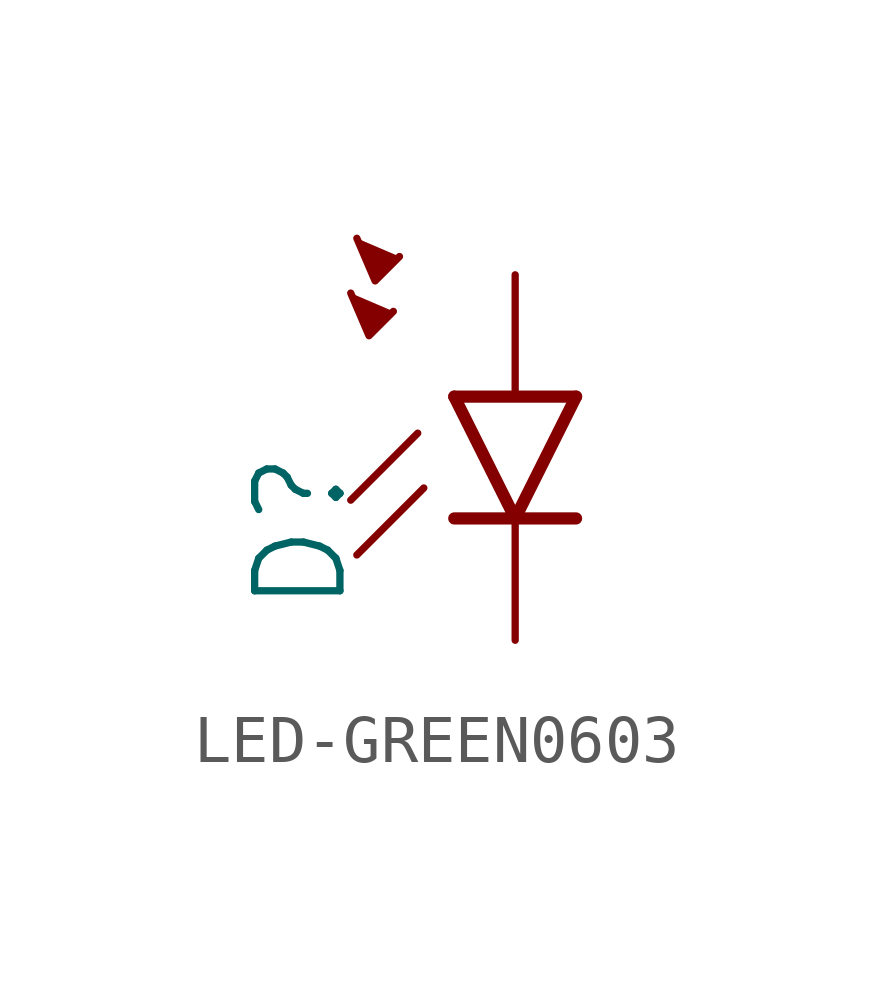
<source format=kicad_sym>
(kicad_symbol_lib
  (version 20241209)
  (generator "kicad_symbol_editor")
  (generator_version "9.0")
  (symbol "LED-GREEN0603"
    (property "Reference" "D"
      (at -3.429 -4.572 90)
      (effects (font (size 1.778 1.778)) (justify left bottom)))
    (property "Value" ""
      (at 1.905 -4.572 90)
      (effects (font (size 1.778 1.778)) (justify left top)))
    (property "ki_locked" ""
      (at 0 0 0)
      (effects (font (size 1.27 1.27))))
    (symbol "LED-GREEN0603_1_0"
      (polyline (pts (xy -3.429 2.159) (xy -3.048 1.27) (xy -2.54 1.778)) (stroke (width 0.152) (type solid)) (fill (type outline)))
      (polyline (pts (xy -3.302 3.302) (xy -2.921 2.413) (xy -2.413 2.921)) (stroke (width 0.152) (type solid)) (fill (type outline)))
      (polyline (pts (xy -2.032 -0.762) (xy -3.429 -2.159)) (stroke (width 0.152) (type solid)) (fill (type none)))
      (polyline (pts (xy -1.905 -1.905) (xy -3.302 -3.302)) (stroke (width 0.152) (type solid)) (fill (type none)))
      (polyline (pts (xy 0 -2.54) (xy -1.27 0)) (stroke (width 0.254) (type solid)) (fill (type none)))
      (polyline (pts (xy 0 -2.54) (xy -1.27 -2.54)) (stroke (width 0.254) (type solid)) (fill (type none)))
      (polyline (pts (xy 1.27 0) (xy -1.27 0)) (stroke (width 0.254) (type solid)) (fill (type none)))
      (polyline (pts (xy 1.27 0) (xy 0 -2.54)) (stroke (width 0.254) (type solid)) (fill (type none)))
      (polyline (pts (xy 1.27 -2.54) (xy 0 -2.54)) (stroke (width 0.254) (type solid)) (fill (type none)))
      (pin passive line (at 0 2.54 270) (length 2.54) (name "A" (effects (font (size 0 0)))) (number "A" (effects (font (size 0 0)))))
      (pin passive line (at 0 -5.08 90) (length 2.54) (name "C" (effects (font (size 0 0)))) (number "C" (effects (font (size 0 0))))))))
</source>
